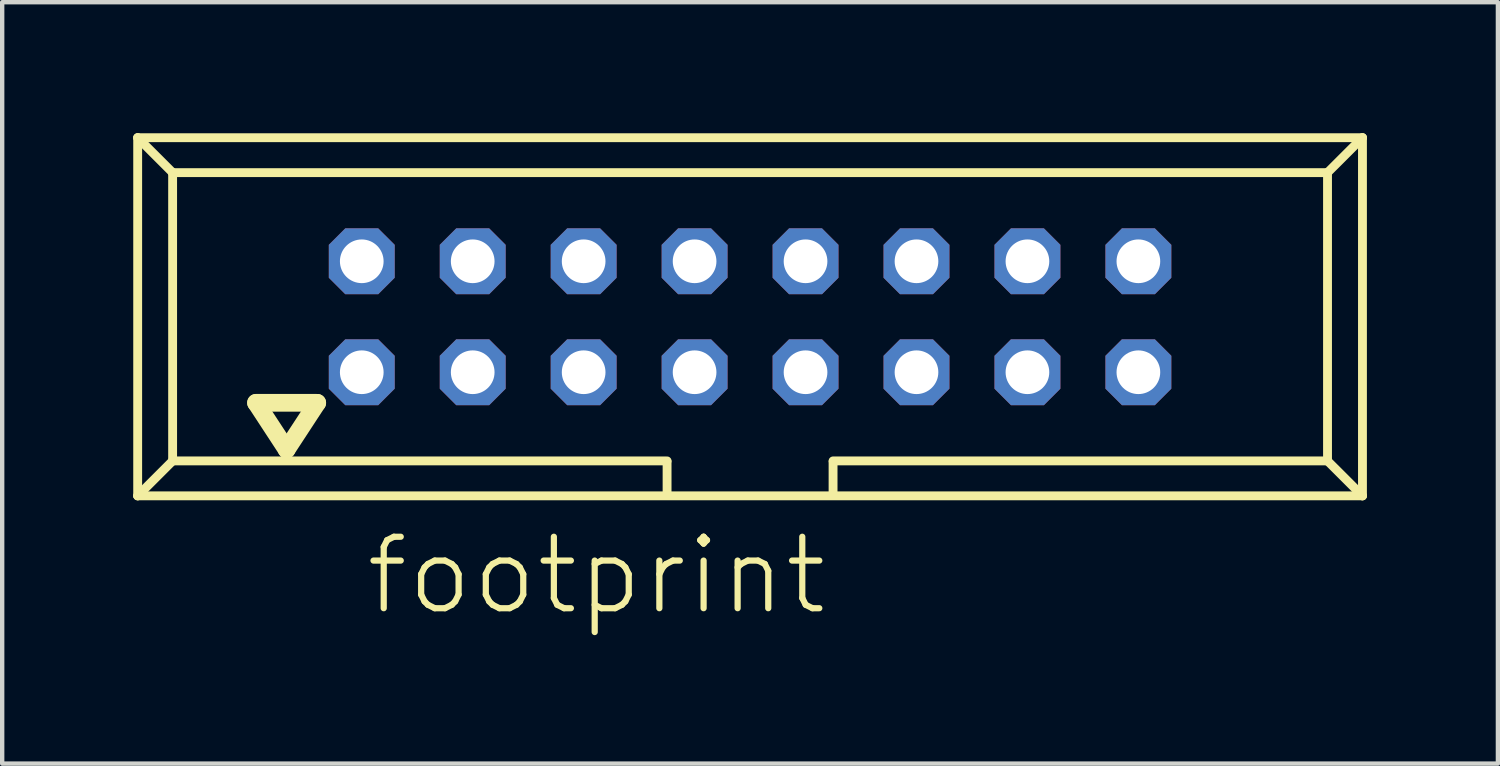
<source format=kicad_pcb>
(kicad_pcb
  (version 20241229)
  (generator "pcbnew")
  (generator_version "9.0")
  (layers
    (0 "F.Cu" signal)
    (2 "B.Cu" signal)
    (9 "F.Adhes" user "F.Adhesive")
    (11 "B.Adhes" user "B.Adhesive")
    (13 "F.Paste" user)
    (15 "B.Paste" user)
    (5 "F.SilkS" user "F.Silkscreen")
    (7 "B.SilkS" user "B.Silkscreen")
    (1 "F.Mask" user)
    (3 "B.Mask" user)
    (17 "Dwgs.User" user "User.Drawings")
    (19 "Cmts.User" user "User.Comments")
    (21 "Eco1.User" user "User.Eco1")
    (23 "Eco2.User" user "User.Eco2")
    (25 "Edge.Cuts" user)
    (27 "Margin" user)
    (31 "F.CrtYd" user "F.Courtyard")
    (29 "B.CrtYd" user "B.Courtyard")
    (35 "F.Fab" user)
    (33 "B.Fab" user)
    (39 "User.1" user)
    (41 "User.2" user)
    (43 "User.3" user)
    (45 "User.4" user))
  (footprint "footprint"
    (layer "F.Cu")
    (at 14.122 4.202)
    (property "Reference" "footprint" (at -8.87 6.88 0) (layer "F.SilkS") (effects (font (size 1.636 1.636) (thickness 0.142)) (justify left bottom)))
    (fp_line (start -14.02 -4.1) (end -13.22 -3.3) (stroke (width 0.203) (type solid)) (layer "F.SilkS"))
    (fp_line (start -14.02 4.1) (end -14.02 -4.1) (stroke (width 0.203) (type solid)) (layer "F.SilkS"))
    (fp_line (start -14.02 4.1) (end -13.22 3.3) (stroke (width 0.203) (type solid)) (layer "F.SilkS"))
    (fp_line (start -14.02 4.1) (end 14.02 4.1) (stroke (width 0.203) (type solid)) (layer "F.SilkS"))
    (fp_line (start -13.22 -3.3) (end 13.22 -3.3) (stroke (width 0.203) (type solid)) (layer "F.SilkS"))
    (fp_line (start -13.22 3.3) (end -13.22 -3.3) (stroke (width 0.203) (type solid)) (layer "F.SilkS"))
    (fp_line (start -11.31 1.97) (end -10.61 3.04) (stroke (width 0.406) (type solid)) (layer "F.SilkS"))
    (fp_line (start -10.61 3.04) (end -9.91 1.97) (stroke (width 0.406) (type solid)) (layer "F.SilkS"))
    (fp_line (start -9.91 1.97) (end -11.31 1.97) (stroke (width 0.406) (type solid)) (layer "F.SilkS"))
    (fp_line (start -1.9 3.3) (end -13.22 3.3) (stroke (width 0.203) (type solid)) (layer "F.SilkS"))
    (fp_line (start -1.9 3.32) (end -1.9 4.03) (stroke (width 0.203) (type solid)) (layer "F.SilkS"))
    (fp_line (start 1.9 3.32) (end 1.9 4.03) (stroke (width 0.203) (type solid)) (layer "F.SilkS"))
    (fp_line (start 13.22 -3.3) (end 13.22 3.3) (stroke (width 0.203) (type solid)) (layer "F.SilkS"))
    (fp_line (start 13.22 3.3) (end 1.9 3.3) (stroke (width 0.203) (type solid)) (layer "F.SilkS"))
    (fp_line (start 13.22 3.3) (end 14.02 4.1) (stroke (width 0.203) (type solid)) (layer "F.SilkS"))
    (fp_line (start 14.02 -4.1) (end -14.02 -4.1) (stroke (width 0.203) (type solid)) (layer "F.SilkS"))
    (fp_line (start 14.02 -4.1) (end 13.22 -3.3) (stroke (width 0.203) (type solid)) (layer "F.SilkS"))
    (fp_line (start 14.02 4.1) (end 14.02 -4.1) (stroke (width 0.203) (type solid)) (layer "F.SilkS"))
    (pad "1" thru_hole roundrect (at -8.89 1.27) (size 1.508 1.508) (drill 1) (layers "*.Cu" "*.Mask") (roundrect_rratio 0.25) (chamfer_ratio 0.25) (chamfer top_left top_right bottom_left bottom_right))
    (pad "2" thru_hole roundrect (at -8.89 -1.27) (size 1.508 1.508) (drill 1) (layers "*.Cu" "*.Mask") (roundrect_rratio 0.25) (chamfer_ratio 0.25) (chamfer top_left top_right bottom_left bottom_right))
    (pad "3" thru_hole roundrect (at -6.35 1.27) (size 1.508 1.508) (drill 1) (layers "*.Cu" "*.Mask") (roundrect_rratio 0.25) (chamfer_ratio 0.25) (chamfer top_left top_right bottom_left bottom_right))
    (pad "4" thru_hole roundrect (at -6.35 -1.27) (size 1.508 1.508) (drill 1) (layers "*.Cu" "*.Mask") (roundrect_rratio 0.25) (chamfer_ratio 0.25) (chamfer top_left top_right bottom_left bottom_right))
    (pad "5" thru_hole roundrect (at -3.81 1.27) (size 1.508 1.508) (drill 1) (layers "*.Cu" "*.Mask") (roundrect_rratio 0.25) (chamfer_ratio 0.25) (chamfer top_left top_right bottom_left bottom_right))
    (pad "6" thru_hole roundrect (at -3.81 -1.27) (size 1.508 1.508) (drill 1) (layers "*.Cu" "*.Mask") (roundrect_rratio 0.25) (chamfer_ratio 0.25) (chamfer top_left top_right bottom_left bottom_right))
    (pad "7" thru_hole roundrect (at -1.27 1.27) (size 1.508 1.508) (drill 1) (layers "*.Cu" "*.Mask") (roundrect_rratio 0.25) (chamfer_ratio 0.25) (chamfer top_left top_right bottom_left bottom_right))
    (pad "8" thru_hole roundrect (at -1.27 -1.27) (size 1.508 1.508) (drill 1) (layers "*.Cu" "*.Mask") (roundrect_rratio 0.25) (chamfer_ratio 0.25) (chamfer top_left top_right bottom_left bottom_right))
    (pad "9" thru_hole roundrect (at 1.27 1.27) (size 1.508 1.508) (drill 1) (layers "*.Cu" "*.Mask") (roundrect_rratio 0.25) (chamfer_ratio 0.25) (chamfer top_left top_right bottom_left bottom_right))
    (pad "10" thru_hole roundrect (at 1.27 -1.27) (size 1.508 1.508) (drill 1) (layers "*.Cu" "*.Mask") (roundrect_rratio 0.25) (chamfer_ratio 0.25) (chamfer top_left top_right bottom_left bottom_right))
    (pad "11" thru_hole roundrect (at 3.81 1.27) (size 1.508 1.508) (drill 1) (layers "*.Cu" "*.Mask") (roundrect_rratio 0.25) (chamfer_ratio 0.25) (chamfer top_left top_right bottom_left bottom_right))
    (pad "12" thru_hole roundrect (at 3.81 -1.27) (size 1.508 1.508) (drill 1) (layers "*.Cu" "*.Mask") (roundrect_rratio 0.25) (chamfer_ratio 0.25) (chamfer top_left top_right bottom_left bottom_right))
    (pad "13" thru_hole roundrect (at 6.35 1.27) (size 1.508 1.508) (drill 1) (layers "*.Cu" "*.Mask") (roundrect_rratio 0.25) (chamfer_ratio 0.25) (chamfer top_left top_right bottom_left bottom_right))
    (pad "14" thru_hole roundrect (at 6.35 -1.27) (size 1.508 1.508) (drill 1) (layers "*.Cu" "*.Mask") (roundrect_rratio 0.25) (chamfer_ratio 0.25) (chamfer top_left top_right bottom_left bottom_right))
    (pad "15" thru_hole roundrect (at 8.89 1.27) (size 1.508 1.508) (drill 1) (layers "*.Cu" "*.Mask") (roundrect_rratio 0.25) (chamfer_ratio 0.25) (chamfer top_left top_right bottom_left bottom_right))
    (pad "16" thru_hole roundrect (at 8.89 -1.27) (size 1.508 1.508) (drill 1) (layers "*.Cu" "*.Mask") (roundrect_rratio 0.25) (chamfer_ratio 0.25) (chamfer top_left top_right bottom_left bottom_right)))
  (gr_rect
    (start -3 -3)
    (end 31.243 14.432)
    (stroke (width 0.1) (type default))
    (fill no)
    (layer "Edge.Cuts")))
</source>
